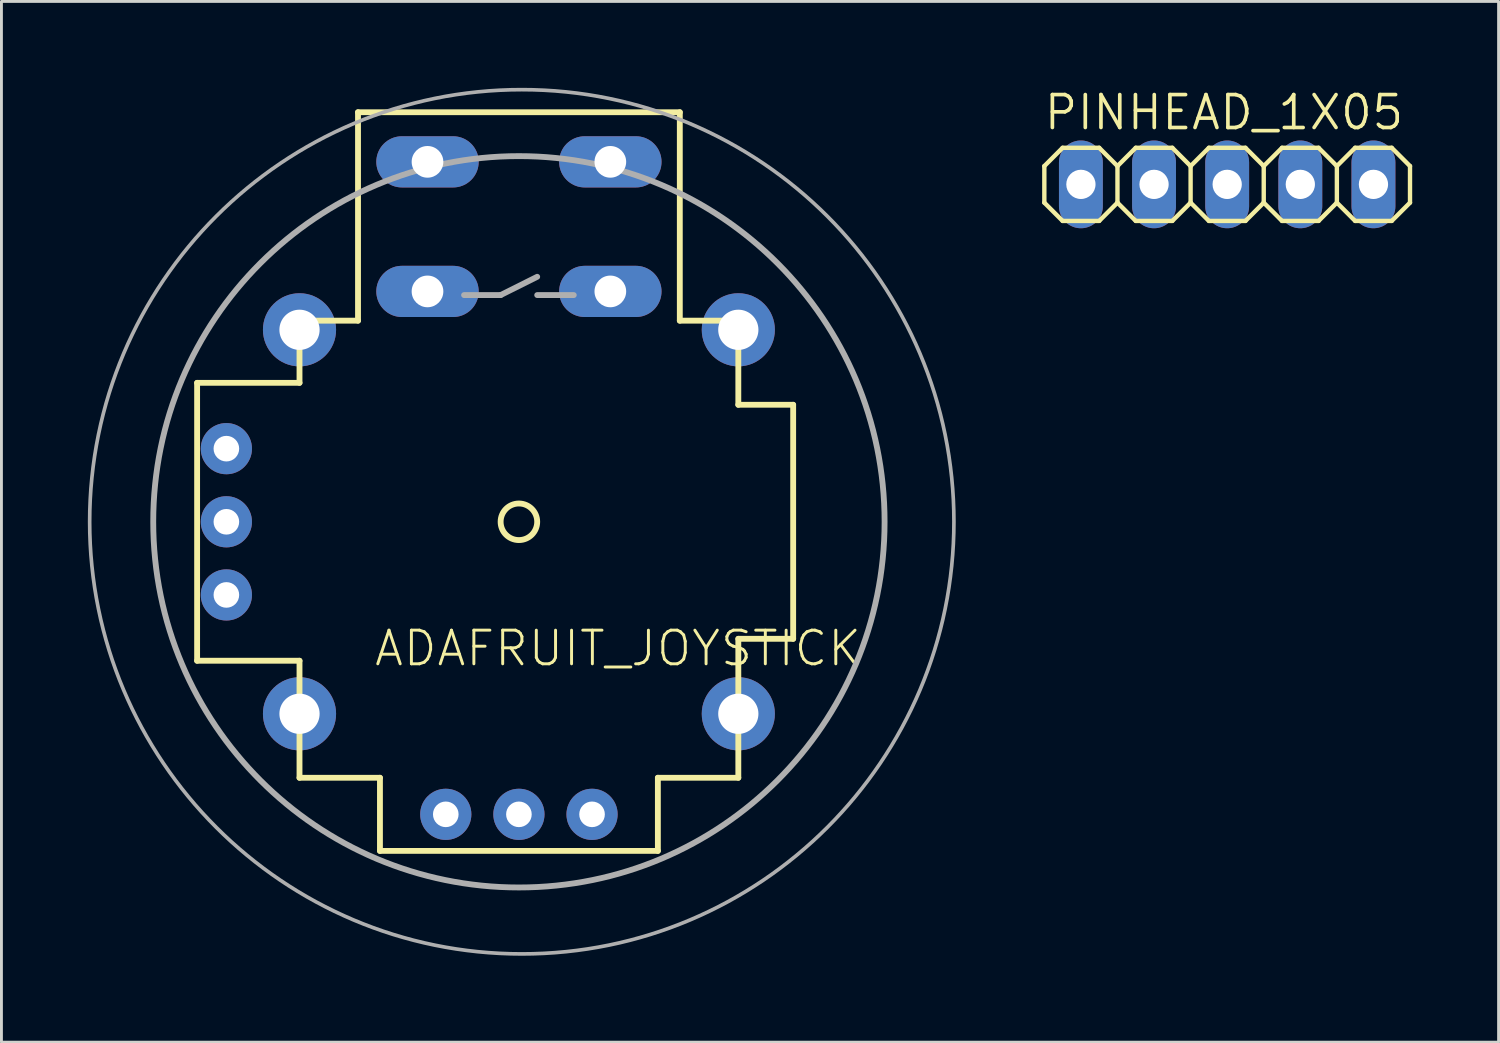
<source format=kicad_pcb>
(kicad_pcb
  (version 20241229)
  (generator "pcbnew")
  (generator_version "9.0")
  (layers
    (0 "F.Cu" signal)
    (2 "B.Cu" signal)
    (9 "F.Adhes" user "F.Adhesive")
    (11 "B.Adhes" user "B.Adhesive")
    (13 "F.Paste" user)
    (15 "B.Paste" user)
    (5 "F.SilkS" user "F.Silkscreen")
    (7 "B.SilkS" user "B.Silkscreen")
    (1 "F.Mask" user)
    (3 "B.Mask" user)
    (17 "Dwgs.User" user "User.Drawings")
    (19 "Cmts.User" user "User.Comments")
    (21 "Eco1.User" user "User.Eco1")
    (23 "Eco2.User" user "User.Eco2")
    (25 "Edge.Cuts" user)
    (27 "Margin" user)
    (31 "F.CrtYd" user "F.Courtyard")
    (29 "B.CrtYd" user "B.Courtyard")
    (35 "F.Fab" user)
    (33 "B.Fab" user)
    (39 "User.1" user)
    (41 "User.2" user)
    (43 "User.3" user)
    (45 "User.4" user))
  (footprint "ADAFRUIT_JOYSTICK"
    (layer "F.Cu")
    (at 14.972 15.072)
    (property "Reference" "ADAFRUIT_JOYSTICK" (at -5.08 5.08 0) (unlocked yes) (layer "F.SilkS") (effects (font (size 1.168 1.168) (thickness 0.102)) (justify left bottom)))
    (fp_line (start -11.176 -4.826) (end -11.176 4.826) (stroke (width 0.203) (type solid)) (layer "F.SilkS"))
    (fp_line (start -7.62 -4.826) (end -11.176 -4.826) (stroke (width 0.203) (type solid)) (layer "F.SilkS"))
    (fp_line (start -7.62 -4.826) (end -7.62 -6.985) (stroke (width 0.203) (type solid)) (layer "F.SilkS"))
    (fp_line (start -7.62 4.826) (end -11.176 4.826) (stroke (width 0.203) (type solid)) (layer "F.SilkS"))
    (fp_line (start -7.62 4.826) (end -7.62 8.89) (stroke (width 0.203) (type solid)) (layer "F.SilkS"))
    (fp_line (start -5.588 -14.224) (end -5.588 -6.985) (stroke (width 0.203) (type solid)) (layer "F.SilkS"))
    (fp_line (start -5.588 -6.985) (end -7.62 -6.985) (stroke (width 0.203) (type solid)) (layer "F.SilkS"))
    (fp_line (start -4.826 8.89) (end -7.62 8.89) (stroke (width 0.203) (type solid)) (layer "F.SilkS"))
    (fp_line (start -4.826 11.43) (end -4.826 8.89) (stroke (width 0.203) (type solid)) (layer "F.SilkS"))
    (fp_line (start 4.826 8.89) (end 7.62 8.89) (stroke (width 0.203) (type solid)) (layer "F.SilkS"))
    (fp_line (start 4.826 11.43) (end -4.826 11.43) (stroke (width 0.203) (type solid)) (layer "F.SilkS"))
    (fp_line (start 4.826 11.43) (end 4.826 8.89) (stroke (width 0.203) (type solid)) (layer "F.SilkS"))
    (fp_line (start 5.588 -14.224) (end -5.588 -14.224) (stroke (width 0.203) (type solid)) (layer "F.SilkS"))
    (fp_line (start 5.588 -14.224) (end 5.588 -6.985) (stroke (width 0.203) (type solid)) (layer "F.SilkS"))
    (fp_line (start 7.62 -6.985) (end 5.588 -6.985) (stroke (width 0.203) (type solid)) (layer "F.SilkS"))
    (fp_line (start 7.62 -4.064) (end 7.62 -6.985) (stroke (width 0.203) (type solid)) (layer "F.SilkS"))
    (fp_line (start 7.62 -4.064) (end 9.525 -4.064) (stroke (width 0.203) (type solid)) (layer "F.SilkS"))
    (fp_line (start 7.62 4.064) (end 7.62 8.89) (stroke (width 0.203) (type solid)) (layer "F.SilkS"))
    (fp_line (start 7.62 4.064) (end 9.525 4.064) (stroke (width 0.203) (type solid)) (layer "F.SilkS"))
    (fp_line (start 9.525 -4.064) (end 9.525 4.064) (stroke (width 0.203) (type solid)) (layer "F.SilkS"))
    (fp_circle (center 0 0) (end 0.635 0) (stroke (width 0.203) (type solid)) (fill no) (layer "F.SilkS"))
    (fp_line (start -1.905 -7.874) (end -0.635 -7.874) (stroke (width 0.203) (type solid)) (layer "F.Fab"))
    (fp_line (start -0.635 -7.874) (end 0.635 -8.509) (stroke (width 0.203) (type solid)) (layer "F.Fab"))
    (fp_line (start 0.635 -7.874) (end 1.905 -7.874) (stroke (width 0.203) (type solid)) (layer "F.Fab"))
    (fp_circle (center 0 0) (end 12.7 0) (stroke (width 0.203) (type solid)) (fill no) (layer "F.Fab"))
    (fp_circle (center 0.1 0) (end 15.108 0) (stroke (width 0.127) (type solid)) (fill no) (layer "F.Fab"))
    (pad "B1A" thru_hole oval (at -3.175 -12.501) (size 3.556 1.778) (drill 1.1) (layers "*.Cu" "*.Mask"))
    (pad "B1B" thru_hole oval (at 3.175 -12.501) (size 3.556 1.778) (drill 1.1) (layers "*.Cu" "*.Mask"))
    (pad "B2A" thru_hole oval (at -3.175 -8.001) (size 3.556 1.778) (drill 1.1) (layers "*.Cu" "*.Mask"))
    (pad "B2B" thru_hole oval (at 3.175 -8.001) (size 3.556 1.778) (drill 1.1) (layers "*.Cu" "*.Mask"))
    (pad "H1" thru_hole circle (at -2.54 10.16) (size 1.778 1.778) (drill 0.889) (layers "*.Cu" "*.Mask"))
    (pad "H2" thru_hole circle (at 0 10.16) (size 1.778 1.778) (drill 0.889) (layers "*.Cu" "*.Mask"))
    (pad "H3" thru_hole circle (at 2.54 10.16) (size 1.778 1.778) (drill 0.889) (layers "*.Cu" "*.Mask"))
    (pad "MOUNT1" thru_hole circle (at -7.62 -6.668) (size 2.54 2.54) (drill 1.397) (layers "*.Cu" "*.Mask"))
    (pad "MOUNT2" thru_hole circle (at -7.62 6.668) (size 2.54 2.54) (drill 1.397) (layers "*.Cu" "*.Mask"))
    (pad "MOUNT3" thru_hole circle (at 7.62 6.668) (size 2.54 2.54) (drill 1.397) (layers "*.Cu" "*.Mask"))
    (pad "MOUNT4" thru_hole circle (at 7.62 -6.668) (size 2.54 2.54) (drill 1.397) (layers "*.Cu" "*.Mask"))
    (pad "V1" thru_hole circle (at -10.16 -2.54) (size 1.778 1.778) (drill 0.889) (layers "*.Cu" "*.Mask"))
    (pad "V2" thru_hole circle (at -10.16 0) (size 1.778 1.778) (drill 0.889) (layers "*.Cu" "*.Mask"))
    (pad "V3" thru_hole circle (at -10.16 2.54) (size 1.778 1.778) (drill 0.889) (layers "*.Cu" "*.Mask")))
  (footprint "PINHEAD_1X05"
    (layer "F.Cu")
    (at 39.57 3.353)
    (property "Reference" "PINHEAD_1X05" (at -6.426 -1.829 0) (unlocked yes) (layer "F.SilkS") (effects (font (size 1.143 1.143) (thickness 0.127)) (justify left bottom)))
    (fp_line (start -6.35 -0.635) (end -6.35 0.635) (stroke (width 0.152) (type solid)) (layer "F.SilkS"))
    (fp_line (start -6.35 0.635) (end -5.715 1.27) (stroke (width 0.152) (type solid)) (layer "F.SilkS"))
    (fp_line (start -5.715 -1.27) (end -6.35 -0.635) (stroke (width 0.152) (type solid)) (layer "F.SilkS"))
    (fp_line (start -5.715 -1.27) (end -4.445 -1.27) (stroke (width 0.152) (type solid)) (layer "F.SilkS"))
    (fp_line (start -4.445 -1.27) (end -3.81 -0.635) (stroke (width 0.152) (type solid)) (layer "F.SilkS"))
    (fp_line (start -4.445 1.27) (end -5.715 1.27) (stroke (width 0.152) (type solid)) (layer "F.SilkS"))
    (fp_line (start -3.81 -0.635) (end -3.81 0.635) (stroke (width 0.152) (type solid)) (layer "F.SilkS"))
    (fp_line (start -3.81 -0.635) (end -3.175 -1.27) (stroke (width 0.152) (type solid)) (layer "F.SilkS"))
    (fp_line (start -3.81 0.635) (end -4.445 1.27) (stroke (width 0.152) (type solid)) (layer "F.SilkS"))
    (fp_line (start -3.175 -1.27) (end -1.905 -1.27) (stroke (width 0.152) (type solid)) (layer "F.SilkS"))
    (fp_line (start -3.175 1.27) (end -3.81 0.635) (stroke (width 0.152) (type solid)) (layer "F.SilkS"))
    (fp_line (start -1.905 -1.27) (end -1.27 -0.635) (stroke (width 0.152) (type solid)) (layer "F.SilkS"))
    (fp_line (start -1.905 1.27) (end -3.175 1.27) (stroke (width 0.152) (type solid)) (layer "F.SilkS"))
    (fp_line (start -1.27 -0.635) (end -1.27 0.635) (stroke (width 0.152) (type solid)) (layer "F.SilkS"))
    (fp_line (start -1.27 -0.635) (end -0.635 -1.27) (stroke (width 0.152) (type solid)) (layer "F.SilkS"))
    (fp_line (start -1.27 0.635) (end -1.905 1.27) (stroke (width 0.152) (type solid)) (layer "F.SilkS"))
    (fp_line (start -0.635 -1.27) (end 0.635 -1.27) (stroke (width 0.152) (type solid)) (layer "F.SilkS"))
    (fp_line (start -0.635 1.27) (end -1.27 0.635) (stroke (width 0.152) (type solid)) (layer "F.SilkS"))
    (fp_line (start 0.635 -1.27) (end 1.27 -0.635) (stroke (width 0.152) (type solid)) (layer "F.SilkS"))
    (fp_line (start 0.635 1.27) (end -0.635 1.27) (stroke (width 0.152) (type solid)) (layer "F.SilkS"))
    (fp_line (start 1.27 -0.635) (end 1.27 0.635) (stroke (width 0.152) (type solid)) (layer "F.SilkS"))
    (fp_line (start 1.27 0.635) (end 0.635 1.27) (stroke (width 0.152) (type solid)) (layer "F.SilkS"))
    (fp_line (start 1.27 0.635) (end 1.905 1.27) (stroke (width 0.152) (type solid)) (layer "F.SilkS"))
    (fp_line (start 1.905 -1.27) (end 1.27 -0.635) (stroke (width 0.152) (type solid)) (layer "F.SilkS"))
    (fp_line (start 1.905 -1.27) (end 3.175 -1.27) (stroke (width 0.152) (type solid)) (layer "F.SilkS"))
    (fp_line (start 3.175 -1.27) (end 3.81 -0.635) (stroke (width 0.152) (type solid)) (layer "F.SilkS"))
    (fp_line (start 3.175 1.27) (end 1.905 1.27) (stroke (width 0.152) (type solid)) (layer "F.SilkS"))
    (fp_line (start 3.81 -0.635) (end 3.81 0.635) (stroke (width 0.152) (type solid)) (layer "F.SilkS"))
    (fp_line (start 3.81 0.635) (end 3.175 1.27) (stroke (width 0.152) (type solid)) (layer "F.SilkS"))
    (fp_line (start 3.81 0.635) (end 4.445 1.27) (stroke (width 0.152) (type solid)) (layer "F.SilkS"))
    (fp_line (start 4.445 -1.27) (end 3.81 -0.635) (stroke (width 0.152) (type solid)) (layer "F.SilkS"))
    (fp_line (start 4.445 -1.27) (end 5.715 -1.27) (stroke (width 0.152) (type solid)) (layer "F.SilkS"))
    (fp_line (start 5.715 -1.27) (end 6.35 -0.635) (stroke (width 0.152) (type solid)) (layer "F.SilkS"))
    (fp_line (start 5.715 1.27) (end 4.445 1.27) (stroke (width 0.152) (type solid)) (layer "F.SilkS"))
    (fp_line (start 6.35 -0.635) (end 6.35 0.635) (stroke (width 0.152) (type solid)) (layer "F.SilkS"))
    (fp_line (start 6.35 0.635) (end 5.715 1.27) (stroke (width 0.152) (type solid)) (layer "F.SilkS"))
    (fp_poly (pts (xy -5.334 0.254) (xy -4.826 0.254) (xy -4.826 -0.254) (xy -5.334 -0.254)) (stroke (width 0.1) (type default)) (fill no) (layer "F.Fab"))
    (fp_poly (pts (xy -2.794 0.254) (xy -2.286 0.254) (xy -2.286 -0.254) (xy -2.794 -0.254)) (stroke (width 0.1) (type default)) (fill no) (layer "F.Fab"))
    (fp_poly (pts (xy -0.254 0.254) (xy 0.254 0.254) (xy 0.254 -0.254) (xy -0.254 -0.254)) (stroke (width 0.1) (type default)) (fill no) (layer "F.Fab"))
    (fp_poly (pts (xy 2.286 0.254) (xy 2.794 0.254) (xy 2.794 -0.254) (xy 2.286 -0.254)) (stroke (width 0.1) (type default)) (fill no) (layer "F.Fab"))
    (fp_poly (pts (xy 4.826 0.254) (xy 5.334 0.254) (xy 5.334 -0.254) (xy 4.826 -0.254)) (stroke (width 0.1) (type default)) (fill no) (layer "F.Fab"))
    (pad "1" thru_hole oval (at -5.08 0 90) (size 3.048 1.524) (drill 1.016) (layers "*.Cu" "*.Mask"))
    (pad "2" thru_hole oval (at -2.54 0 90) (size 3.048 1.524) (drill 1.016) (layers "*.Cu" "*.Mask"))
    (pad "3" thru_hole oval (at 0 0 90) (size 3.048 1.524) (drill 1.016) (layers "*.Cu" "*.Mask"))
    (pad "4" thru_hole oval (at 2.54 0 90) (size 3.048 1.524) (drill 1.016) (layers "*.Cu" "*.Mask"))
    (pad "5" thru_hole oval (at 5.08 0 90) (size 3.048 1.524) (drill 1.016) (layers "*.Cu" "*.Mask")))
  (gr_rect
    (start -3 -3)
    (end 48.996 33.144)
    (stroke (width 0.1) (type default))
    (fill no)
    (layer "Edge.Cuts")))
</source>
